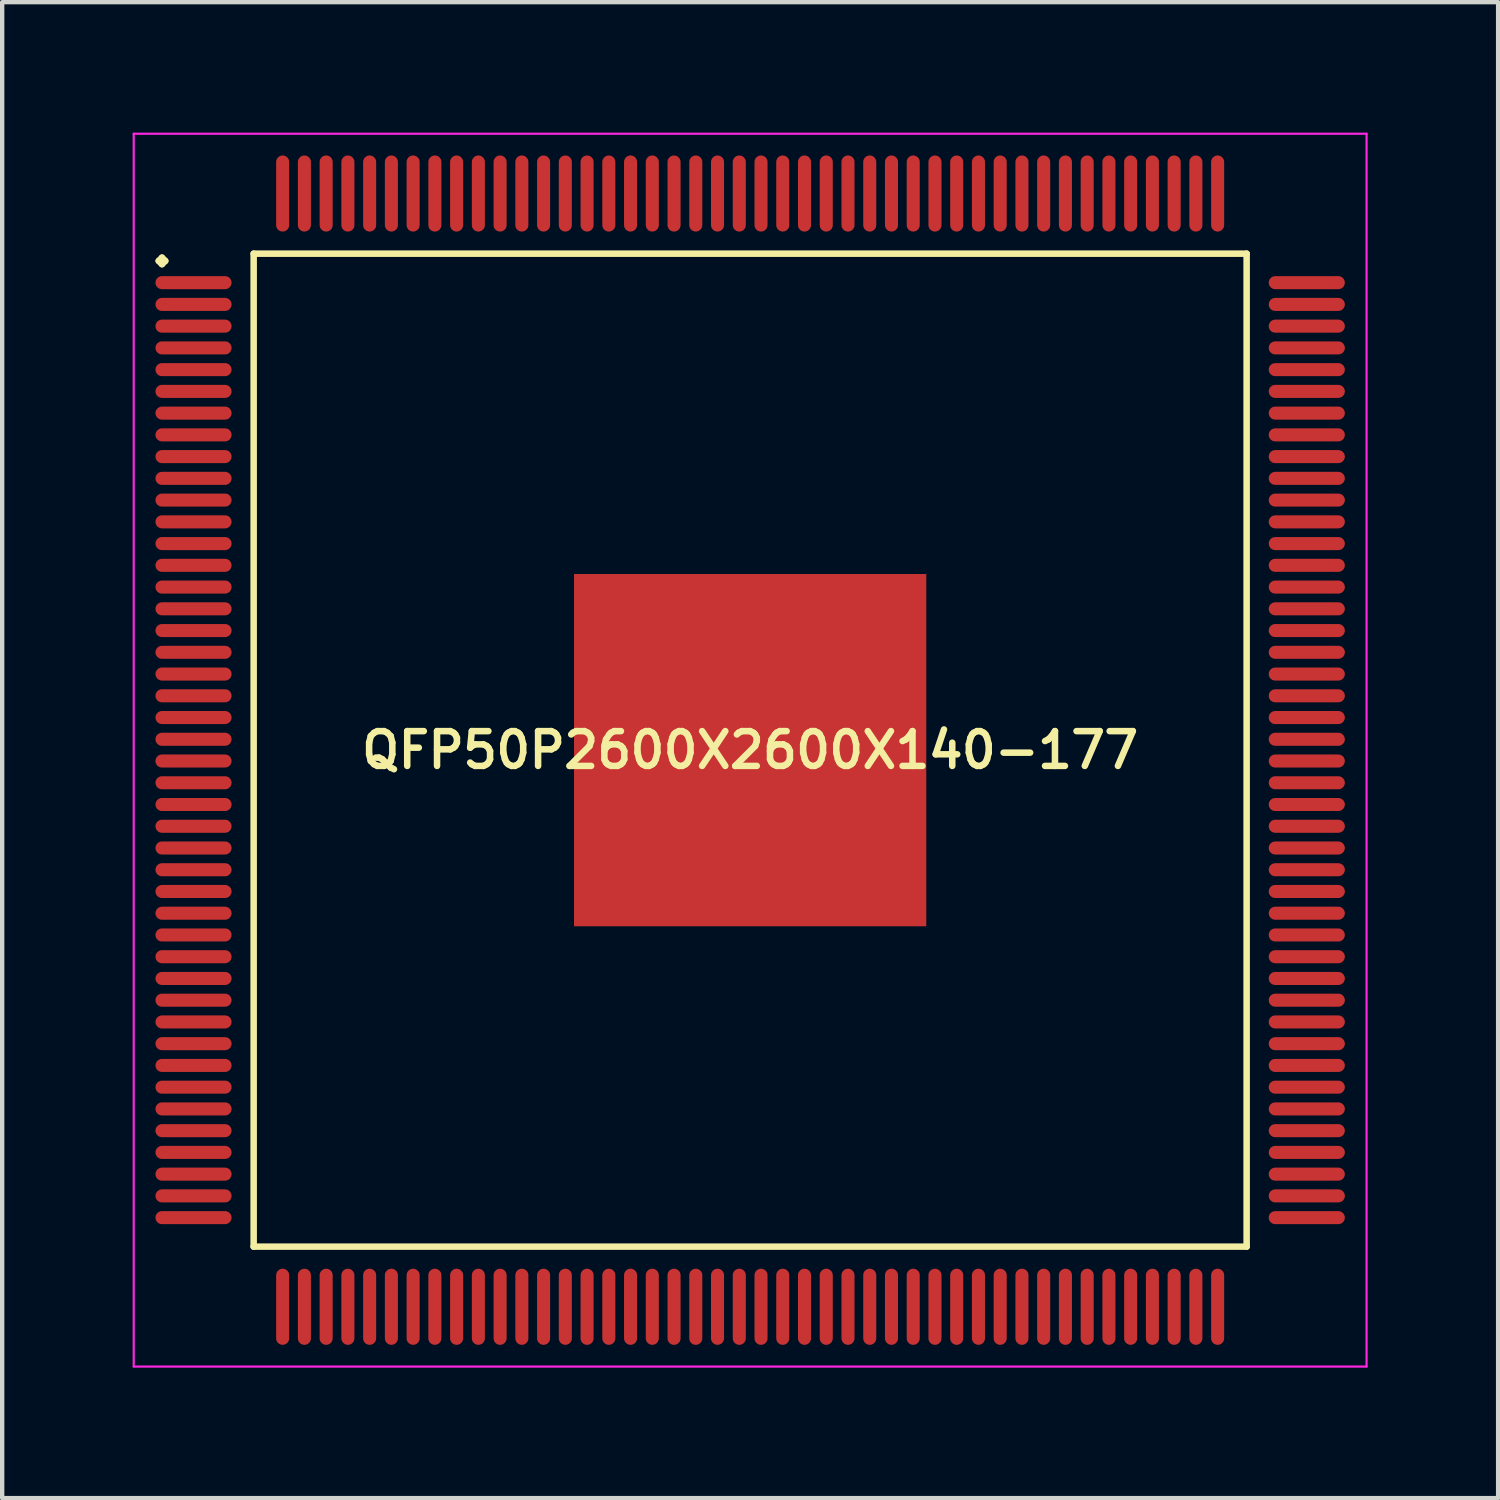
<source format=kicad_pcb>
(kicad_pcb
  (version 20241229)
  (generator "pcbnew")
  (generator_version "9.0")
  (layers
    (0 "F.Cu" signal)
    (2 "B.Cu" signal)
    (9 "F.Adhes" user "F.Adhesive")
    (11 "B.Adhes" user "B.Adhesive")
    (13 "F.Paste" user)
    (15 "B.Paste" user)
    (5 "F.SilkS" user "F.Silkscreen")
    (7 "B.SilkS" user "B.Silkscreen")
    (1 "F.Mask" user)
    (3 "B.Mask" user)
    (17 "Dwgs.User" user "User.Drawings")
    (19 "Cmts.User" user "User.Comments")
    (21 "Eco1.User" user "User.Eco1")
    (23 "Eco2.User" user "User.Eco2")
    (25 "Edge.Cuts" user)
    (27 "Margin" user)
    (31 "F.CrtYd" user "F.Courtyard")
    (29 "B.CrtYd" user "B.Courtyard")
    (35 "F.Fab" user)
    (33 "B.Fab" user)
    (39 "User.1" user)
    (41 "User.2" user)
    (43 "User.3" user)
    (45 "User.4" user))
  (footprint "QFP50P2600X2600X140-177"
    (layer "F.Cu")
    (at 14.2 14.2)
    (property "Reference" "QFP50P2600X2600X140-177" (at 0 0 0) (layer "F.SilkS") (effects (font (size 0.8 0.8) (thickness 0.15))))
    (attr smd)
    (fp_line (start -13.6 -11.25) (end -13.525 -11.325) (stroke (width 0.15) (type solid)) (layer "F.SilkS"))
    (fp_line (start -13.525 -11.325) (end -13.45 -11.25) (stroke (width 0.15) (type solid)) (layer "F.SilkS"))
    (fp_line (start -13.525 -11.175) (end -13.6 -11.25) (stroke (width 0.15) (type solid)) (layer "F.SilkS"))
    (fp_line (start -13.45 -11.25) (end -13.525 -11.175) (stroke (width 0.15) (type solid)) (layer "F.SilkS"))
    (fp_line (start -11.417 -11.417) (end -11.417 11.417) (stroke (width 0.15) (type solid)) (layer "F.SilkS"))
    (fp_line (start -11.417 11.417) (end 11.417 11.417) (stroke (width 0.15) (type solid)) (layer "F.SilkS"))
    (fp_line (start 11.417 -11.417) (end -11.417 -11.417) (stroke (width 0.15) (type solid)) (layer "F.SilkS"))
    (fp_line (start 11.417 11.417) (end 11.417 -11.417) (stroke (width 0.15) (type solid)) (layer "F.SilkS"))
    (fp_line (start -14.175 -14.175) (end 14.175 -14.175) (stroke (width 0.05) (type solid)) (layer "F.CrtYd"))
    (fp_line (start -14.175 14.175) (end -14.175 -14.175) (stroke (width 0.05) (type solid)) (layer "F.CrtYd"))
    (fp_line (start 14.175 -14.175) (end 14.175 14.175) (stroke (width 0.05) (type solid)) (layer "F.CrtYd"))
    (fp_line (start 14.175 14.175) (end -14.175 14.175) (stroke (width 0.05) (type solid)) (layer "F.CrtYd"))
    (pad "1" smd oval (at -12.8 -10.75) (size 1.75 0.3) (layers "F.Cu" "F.Mask" "F.Paste"))
    (pad "2" smd oval (at -12.8 -10.25) (size 1.75 0.3) (layers "F.Cu" "F.Mask" "F.Paste"))
    (pad "3" smd oval (at -12.8 -9.75) (size 1.75 0.3) (layers "F.Cu" "F.Mask" "F.Paste"))
    (pad "4" smd oval (at -12.8 -9.25) (size 1.75 0.3) (layers "F.Cu" "F.Mask" "F.Paste"))
    (pad "5" smd oval (at -12.8 -8.75) (size 1.75 0.3) (layers "F.Cu" "F.Mask" "F.Paste"))
    (pad "6" smd oval (at -12.8 -8.25) (size 1.75 0.3) (layers "F.Cu" "F.Mask" "F.Paste"))
    (pad "7" smd oval (at -12.8 -7.75) (size 1.75 0.3) (layers "F.Cu" "F.Mask" "F.Paste"))
    (pad "8" smd oval (at -12.8 -7.25) (size 1.75 0.3) (layers "F.Cu" "F.Mask" "F.Paste"))
    (pad "9" smd oval (at -12.8 -6.75) (size 1.75 0.3) (layers "F.Cu" "F.Mask" "F.Paste"))
    (pad "10" smd oval (at -12.8 -6.25) (size 1.75 0.3) (layers "F.Cu" "F.Mask" "F.Paste"))
    (pad "11" smd oval (at -12.8 -5.75) (size 1.75 0.3) (layers "F.Cu" "F.Mask" "F.Paste"))
    (pad "12" smd oval (at -12.8 -5.25) (size 1.75 0.3) (layers "F.Cu" "F.Mask" "F.Paste"))
    (pad "13" smd oval (at -12.8 -4.75) (size 1.75 0.3) (layers "F.Cu" "F.Mask" "F.Paste"))
    (pad "14" smd oval (at -12.8 -4.25) (size 1.75 0.3) (layers "F.Cu" "F.Mask" "F.Paste"))
    (pad "15" smd oval (at -12.8 -3.75) (size 1.75 0.3) (layers "F.Cu" "F.Mask" "F.Paste"))
    (pad "16" smd oval (at -12.8 -3.25) (size 1.75 0.3) (layers "F.Cu" "F.Mask" "F.Paste"))
    (pad "17" smd oval (at -12.8 -2.75) (size 1.75 0.3) (layers "F.Cu" "F.Mask" "F.Paste"))
    (pad "18" smd oval (at -12.8 -2.25) (size 1.75 0.3) (layers "F.Cu" "F.Mask" "F.Paste"))
    (pad "19" smd oval (at -12.8 -1.75) (size 1.75 0.3) (layers "F.Cu" "F.Mask" "F.Paste"))
    (pad "20" smd oval (at -12.8 -1.25) (size 1.75 0.3) (layers "F.Cu" "F.Mask" "F.Paste"))
    (pad "21" smd oval (at -12.8 -0.75) (size 1.75 0.3) (layers "F.Cu" "F.Mask" "F.Paste"))
    (pad "22" smd oval (at -12.8 -0.25) (size 1.75 0.3) (layers "F.Cu" "F.Mask" "F.Paste"))
    (pad "23" smd oval (at -12.8 0.25) (size 1.75 0.3) (layers "F.Cu" "F.Mask" "F.Paste"))
    (pad "24" smd oval (at -12.8 0.75) (size 1.75 0.3) (layers "F.Cu" "F.Mask" "F.Paste"))
    (pad "25" smd oval (at -12.8 1.25) (size 1.75 0.3) (layers "F.Cu" "F.Mask" "F.Paste"))
    (pad "26" smd oval (at -12.8 1.75) (size 1.75 0.3) (layers "F.Cu" "F.Mask" "F.Paste"))
    (pad "27" smd oval (at -12.8 2.25) (size 1.75 0.3) (layers "F.Cu" "F.Mask" "F.Paste"))
    (pad "28" smd oval (at -12.8 2.75) (size 1.75 0.3) (layers "F.Cu" "F.Mask" "F.Paste"))
    (pad "29" smd oval (at -12.8 3.25) (size 1.75 0.3) (layers "F.Cu" "F.Mask" "F.Paste"))
    (pad "30" smd oval (at -12.8 3.75) (size 1.75 0.3) (layers "F.Cu" "F.Mask" "F.Paste"))
    (pad "31" smd oval (at -12.8 4.25) (size 1.75 0.3) (layers "F.Cu" "F.Mask" "F.Paste"))
    (pad "32" smd oval (at -12.8 4.75) (size 1.75 0.3) (layers "F.Cu" "F.Mask" "F.Paste"))
    (pad "33" smd oval (at -12.8 5.25) (size 1.75 0.3) (layers "F.Cu" "F.Mask" "F.Paste"))
    (pad "34" smd oval (at -12.8 5.75) (size 1.75 0.3) (layers "F.Cu" "F.Mask" "F.Paste"))
    (pad "35" smd oval (at -12.8 6.25) (size 1.75 0.3) (layers "F.Cu" "F.Mask" "F.Paste"))
    (pad "36" smd oval (at -12.8 6.75) (size 1.75 0.3) (layers "F.Cu" "F.Mask" "F.Paste"))
    (pad "37" smd oval (at -12.8 7.25) (size 1.75 0.3) (layers "F.Cu" "F.Mask" "F.Paste"))
    (pad "38" smd oval (at -12.8 7.75) (size 1.75 0.3) (layers "F.Cu" "F.Mask" "F.Paste"))
    (pad "39" smd oval (at -12.8 8.25) (size 1.75 0.3) (layers "F.Cu" "F.Mask" "F.Paste"))
    (pad "40" smd oval (at -12.8 8.75) (size 1.75 0.3) (layers "F.Cu" "F.Mask" "F.Paste"))
    (pad "41" smd oval (at -12.8 9.25) (size 1.75 0.3) (layers "F.Cu" "F.Mask" "F.Paste"))
    (pad "42" smd oval (at -12.8 9.75) (size 1.75 0.3) (layers "F.Cu" "F.Mask" "F.Paste"))
    (pad "43" smd oval (at -12.8 10.25) (size 1.75 0.3) (layers "F.Cu" "F.Mask" "F.Paste"))
    (pad "44" smd oval (at -12.8 10.75) (size 1.75 0.3) (layers "F.Cu" "F.Mask" "F.Paste"))
    (pad "45" smd oval (at -10.75 12.8) (size 0.3 1.75) (layers "F.Cu" "F.Mask" "F.Paste"))
    (pad "46" smd oval (at -10.25 12.8) (size 0.3 1.75) (layers "F.Cu" "F.Mask" "F.Paste"))
    (pad "47" smd oval (at -9.75 12.8) (size 0.3 1.75) (layers "F.Cu" "F.Mask" "F.Paste"))
    (pad "48" smd oval (at -9.25 12.8) (size 0.3 1.75) (layers "F.Cu" "F.Mask" "F.Paste"))
    (pad "49" smd oval (at -8.75 12.8) (size 0.3 1.75) (layers "F.Cu" "F.Mask" "F.Paste"))
    (pad "50" smd oval (at -8.25 12.8) (size 0.3 1.75) (layers "F.Cu" "F.Mask" "F.Paste"))
    (pad "51" smd oval (at -7.75 12.8) (size 0.3 1.75) (layers "F.Cu" "F.Mask" "F.Paste"))
    (pad "52" smd oval (at -7.25 12.8) (size 0.3 1.75) (layers "F.Cu" "F.Mask" "F.Paste"))
    (pad "53" smd oval (at -6.75 12.8) (size 0.3 1.75) (layers "F.Cu" "F.Mask" "F.Paste"))
    (pad "54" smd oval (at -6.25 12.8) (size 0.3 1.75) (layers "F.Cu" "F.Mask" "F.Paste"))
    (pad "55" smd oval (at -5.75 12.8) (size 0.3 1.75) (layers "F.Cu" "F.Mask" "F.Paste"))
    (pad "56" smd oval (at -5.25 12.8) (size 0.3 1.75) (layers "F.Cu" "F.Mask" "F.Paste"))
    (pad "57" smd oval (at -4.75 12.8) (size 0.3 1.75) (layers "F.Cu" "F.Mask" "F.Paste"))
    (pad "58" smd oval (at -4.25 12.8) (size 0.3 1.75) (layers "F.Cu" "F.Mask" "F.Paste"))
    (pad "59" smd oval (at -3.75 12.8) (size 0.3 1.75) (layers "F.Cu" "F.Mask" "F.Paste"))
    (pad "60" smd oval (at -3.25 12.8) (size 0.3 1.75) (layers "F.Cu" "F.Mask" "F.Paste"))
    (pad "61" smd oval (at -2.75 12.8) (size 0.3 1.75) (layers "F.Cu" "F.Mask" "F.Paste"))
    (pad "62" smd oval (at -2.25 12.8) (size 0.3 1.75) (layers "F.Cu" "F.Mask" "F.Paste"))
    (pad "63" smd oval (at -1.75 12.8) (size 0.3 1.75) (layers "F.Cu" "F.Mask" "F.Paste"))
    (pad "64" smd oval (at -1.25 12.8) (size 0.3 1.75) (layers "F.Cu" "F.Mask" "F.Paste"))
    (pad "65" smd oval (at -0.75 12.8) (size 0.3 1.75) (layers "F.Cu" "F.Mask" "F.Paste"))
    (pad "66" smd oval (at -0.25 12.8) (size 0.3 1.75) (layers "F.Cu" "F.Mask" "F.Paste"))
    (pad "67" smd oval (at 0.25 12.8) (size 0.3 1.75) (layers "F.Cu" "F.Mask" "F.Paste"))
    (pad "68" smd oval (at 0.75 12.8) (size 0.3 1.75) (layers "F.Cu" "F.Mask" "F.Paste"))
    (pad "69" smd oval (at 1.25 12.8) (size 0.3 1.75) (layers "F.Cu" "F.Mask" "F.Paste"))
    (pad "70" smd oval (at 1.75 12.8) (size 0.3 1.75) (layers "F.Cu" "F.Mask" "F.Paste"))
    (pad "71" smd oval (at 2.25 12.8) (size 0.3 1.75) (layers "F.Cu" "F.Mask" "F.Paste"))
    (pad "72" smd oval (at 2.75 12.8) (size 0.3 1.75) (layers "F.Cu" "F.Mask" "F.Paste"))
    (pad "73" smd oval (at 3.25 12.8) (size 0.3 1.75) (layers "F.Cu" "F.Mask" "F.Paste"))
    (pad "74" smd oval (at 3.75 12.8) (size 0.3 1.75) (layers "F.Cu" "F.Mask" "F.Paste"))
    (pad "75" smd oval (at 4.25 12.8) (size 0.3 1.75) (layers "F.Cu" "F.Mask" "F.Paste"))
    (pad "76" smd oval (at 4.75 12.8) (size 0.3 1.75) (layers "F.Cu" "F.Mask" "F.Paste"))
    (pad "77" smd oval (at 5.25 12.8) (size 0.3 1.75) (layers "F.Cu" "F.Mask" "F.Paste"))
    (pad "78" smd oval (at 5.75 12.8) (size 0.3 1.75) (layers "F.Cu" "F.Mask" "F.Paste"))
    (pad "79" smd oval (at 6.25 12.8) (size 0.3 1.75) (layers "F.Cu" "F.Mask" "F.Paste"))
    (pad "80" smd oval (at 6.75 12.8) (size 0.3 1.75) (layers "F.Cu" "F.Mask" "F.Paste"))
    (pad "81" smd oval (at 7.25 12.8) (size 0.3 1.75) (layers "F.Cu" "F.Mask" "F.Paste"))
    (pad "82" smd oval (at 7.75 12.8) (size 0.3 1.75) (layers "F.Cu" "F.Mask" "F.Paste"))
    (pad "83" smd oval (at 8.25 12.8) (size 0.3 1.75) (layers "F.Cu" "F.Mask" "F.Paste"))
    (pad "84" smd oval (at 8.75 12.8) (size 0.3 1.75) (layers "F.Cu" "F.Mask" "F.Paste"))
    (pad "85" smd oval (at 9.25 12.8) (size 0.3 1.75) (layers "F.Cu" "F.Mask" "F.Paste"))
    (pad "86" smd oval (at 9.75 12.8) (size 0.3 1.75) (layers "F.Cu" "F.Mask" "F.Paste"))
    (pad "87" smd oval (at 10.25 12.8) (size 0.3 1.75) (layers "F.Cu" "F.Mask" "F.Paste"))
    (pad "88" smd oval (at 10.75 12.8) (size 0.3 1.75) (layers "F.Cu" "F.Mask" "F.Paste"))
    (pad "89" smd oval (at 12.8 10.75) (size 1.75 0.3) (layers "F.Cu" "F.Mask" "F.Paste"))
    (pad "90" smd oval (at 12.8 10.25) (size 1.75 0.3) (layers "F.Cu" "F.Mask" "F.Paste"))
    (pad "91" smd oval (at 12.8 9.75) (size 1.75 0.3) (layers "F.Cu" "F.Mask" "F.Paste"))
    (pad "92" smd oval (at 12.8 9.25) (size 1.75 0.3) (layers "F.Cu" "F.Mask" "F.Paste"))
    (pad "93" smd oval (at 12.8 8.75) (size 1.75 0.3) (layers "F.Cu" "F.Mask" "F.Paste"))
    (pad "94" smd oval (at 12.8 8.25) (size 1.75 0.3) (layers "F.Cu" "F.Mask" "F.Paste"))
    (pad "95" smd oval (at 12.8 7.75) (size 1.75 0.3) (layers "F.Cu" "F.Mask" "F.Paste"))
    (pad "96" smd oval (at 12.8 7.25) (size 1.75 0.3) (layers "F.Cu" "F.Mask" "F.Paste"))
    (pad "97" smd oval (at 12.8 6.75) (size 1.75 0.3) (layers "F.Cu" "F.Mask" "F.Paste"))
    (pad "98" smd oval (at 12.8 6.25) (size 1.75 0.3) (layers "F.Cu" "F.Mask" "F.Paste"))
    (pad "99" smd oval (at 12.8 5.75) (size 1.75 0.3) (layers "F.Cu" "F.Mask" "F.Paste"))
    (pad "100" smd oval (at 12.8 5.25) (size 1.75 0.3) (layers "F.Cu" "F.Mask" "F.Paste"))
    (pad "101" smd oval (at 12.8 4.75) (size 1.75 0.3) (layers "F.Cu" "F.Mask" "F.Paste"))
    (pad "102" smd oval (at 12.8 4.25) (size 1.75 0.3) (layers "F.Cu" "F.Mask" "F.Paste"))
    (pad "103" smd oval (at 12.8 3.75) (size 1.75 0.3) (layers "F.Cu" "F.Mask" "F.Paste"))
    (pad "104" smd oval (at 12.8 3.25) (size 1.75 0.3) (layers "F.Cu" "F.Mask" "F.Paste"))
    (pad "105" smd oval (at 12.8 2.75) (size 1.75 0.3) (layers "F.Cu" "F.Mask" "F.Paste"))
    (pad "106" smd oval (at 12.8 2.25) (size 1.75 0.3) (layers "F.Cu" "F.Mask" "F.Paste"))
    (pad "107" smd oval (at 12.8 1.75) (size 1.75 0.3) (layers "F.Cu" "F.Mask" "F.Paste"))
    (pad "108" smd oval (at 12.8 1.25) (size 1.75 0.3) (layers "F.Cu" "F.Mask" "F.Paste"))
    (pad "109" smd oval (at 12.8 0.75) (size 1.75 0.3) (layers "F.Cu" "F.Mask" "F.Paste"))
    (pad "110" smd oval (at 12.8 0.25) (size 1.75 0.3) (layers "F.Cu" "F.Mask" "F.Paste"))
    (pad "111" smd oval (at 12.8 -0.25) (size 1.75 0.3) (layers "F.Cu" "F.Mask" "F.Paste"))
    (pad "112" smd oval (at 12.8 -0.75) (size 1.75 0.3) (layers "F.Cu" "F.Mask" "F.Paste"))
    (pad "113" smd oval (at 12.8 -1.25) (size 1.75 0.3) (layers "F.Cu" "F.Mask" "F.Paste"))
    (pad "114" smd oval (at 12.8 -1.75) (size 1.75 0.3) (layers "F.Cu" "F.Mask" "F.Paste"))
    (pad "115" smd oval (at 12.8 -2.25) (size 1.75 0.3) (layers "F.Cu" "F.Mask" "F.Paste"))
    (pad "116" smd oval (at 12.8 -2.75) (size 1.75 0.3) (layers "F.Cu" "F.Mask" "F.Paste"))
    (pad "117" smd oval (at 12.8 -3.25) (size 1.75 0.3) (layers "F.Cu" "F.Mask" "F.Paste"))
    (pad "118" smd oval (at 12.8 -3.75) (size 1.75 0.3) (layers "F.Cu" "F.Mask" "F.Paste"))
    (pad "119" smd oval (at 12.8 -4.25) (size 1.75 0.3) (layers "F.Cu" "F.Mask" "F.Paste"))
    (pad "120" smd oval (at 12.8 -4.75) (size 1.75 0.3) (layers "F.Cu" "F.Mask" "F.Paste"))
    (pad "121" smd oval (at 12.8 -5.25) (size 1.75 0.3) (layers "F.Cu" "F.Mask" "F.Paste"))
    (pad "122" smd oval (at 12.8 -5.75) (size 1.75 0.3) (layers "F.Cu" "F.Mask" "F.Paste"))
    (pad "123" smd oval (at 12.8 -6.25) (size 1.75 0.3) (layers "F.Cu" "F.Mask" "F.Paste"))
    (pad "124" smd oval (at 12.8 -6.75) (size 1.75 0.3) (layers "F.Cu" "F.Mask" "F.Paste"))
    (pad "125" smd oval (at 12.8 -7.25) (size 1.75 0.3) (layers "F.Cu" "F.Mask" "F.Paste"))
    (pad "126" smd oval (at 12.8 -7.75) (size 1.75 0.3) (layers "F.Cu" "F.Mask" "F.Paste"))
    (pad "127" smd oval (at 12.8 -8.25) (size 1.75 0.3) (layers "F.Cu" "F.Mask" "F.Paste"))
    (pad "128" smd oval (at 12.8 -8.75) (size 1.75 0.3) (layers "F.Cu" "F.Mask" "F.Paste"))
    (pad "129" smd oval (at 12.8 -9.25) (size 1.75 0.3) (layers "F.Cu" "F.Mask" "F.Paste"))
    (pad "130" smd oval (at 12.8 -9.75) (size 1.75 0.3) (layers "F.Cu" "F.Mask" "F.Paste"))
    (pad "131" smd oval (at 12.8 -10.25) (size 1.75 0.3) (layers "F.Cu" "F.Mask" "F.Paste"))
    (pad "132" smd oval (at 12.8 -10.75) (size 1.75 0.3) (layers "F.Cu" "F.Mask" "F.Paste"))
    (pad "133" smd oval (at 10.75 -12.8) (size 0.3 1.75) (layers "F.Cu" "F.Mask" "F.Paste"))
    (pad "134" smd oval (at 10.25 -12.8) (size 0.3 1.75) (layers "F.Cu" "F.Mask" "F.Paste"))
    (pad "135" smd oval (at 9.75 -12.8) (size 0.3 1.75) (layers "F.Cu" "F.Mask" "F.Paste"))
    (pad "136" smd oval (at 9.25 -12.8) (size 0.3 1.75) (layers "F.Cu" "F.Mask" "F.Paste"))
    (pad "137" smd oval (at 8.75 -12.8) (size 0.3 1.75) (layers "F.Cu" "F.Mask" "F.Paste"))
    (pad "138" smd oval (at 8.25 -12.8) (size 0.3 1.75) (layers "F.Cu" "F.Mask" "F.Paste"))
    (pad "139" smd oval (at 7.75 -12.8) (size 0.3 1.75) (layers "F.Cu" "F.Mask" "F.Paste"))
    (pad "140" smd oval (at 7.25 -12.8) (size 0.3 1.75) (layers "F.Cu" "F.Mask" "F.Paste"))
    (pad "141" smd oval (at 6.75 -12.8) (size 0.3 1.75) (layers "F.Cu" "F.Mask" "F.Paste"))
    (pad "142" smd oval (at 6.25 -12.8) (size 0.3 1.75) (layers "F.Cu" "F.Mask" "F.Paste"))
    (pad "143" smd oval (at 5.75 -12.8) (size 0.3 1.75) (layers "F.Cu" "F.Mask" "F.Paste"))
    (pad "144" smd oval (at 5.25 -12.8) (size 0.3 1.75) (layers "F.Cu" "F.Mask" "F.Paste"))
    (pad "145" smd oval (at 4.75 -12.8) (size 0.3 1.75) (layers "F.Cu" "F.Mask" "F.Paste"))
    (pad "146" smd oval (at 4.25 -12.8) (size 0.3 1.75) (layers "F.Cu" "F.Mask" "F.Paste"))
    (pad "147" smd oval (at 3.75 -12.8) (size 0.3 1.75) (layers "F.Cu" "F.Mask" "F.Paste"))
    (pad "148" smd oval (at 3.25 -12.8) (size 0.3 1.75) (layers "F.Cu" "F.Mask" "F.Paste"))
    (pad "149" smd oval (at 2.75 -12.8) (size 0.3 1.75) (layers "F.Cu" "F.Mask" "F.Paste"))
    (pad "150" smd oval (at 2.25 -12.8) (size 0.3 1.75) (layers "F.Cu" "F.Mask" "F.Paste"))
    (pad "151" smd oval (at 1.75 -12.8) (size 0.3 1.75) (layers "F.Cu" "F.Mask" "F.Paste"))
    (pad "152" smd oval (at 1.25 -12.8) (size 0.3 1.75) (layers "F.Cu" "F.Mask" "F.Paste"))
    (pad "153" smd oval (at 0.75 -12.8) (size 0.3 1.75) (layers "F.Cu" "F.Mask" "F.Paste"))
    (pad "154" smd oval (at 0.25 -12.8) (size 0.3 1.75) (layers "F.Cu" "F.Mask" "F.Paste"))
    (pad "155" smd oval (at -0.25 -12.8) (size 0.3 1.75) (layers "F.Cu" "F.Mask" "F.Paste"))
    (pad "156" smd oval (at -0.75 -12.8) (size 0.3 1.75) (layers "F.Cu" "F.Mask" "F.Paste"))
    (pad "157" smd oval (at -1.25 -12.8) (size 0.3 1.75) (layers "F.Cu" "F.Mask" "F.Paste"))
    (pad "158" smd oval (at -1.75 -12.8) (size 0.3 1.75) (layers "F.Cu" "F.Mask" "F.Paste"))
    (pad "159" smd oval (at -2.25 -12.8) (size 0.3 1.75) (layers "F.Cu" "F.Mask" "F.Paste"))
    (pad "160" smd oval (at -2.75 -12.8) (size 0.3 1.75) (layers "F.Cu" "F.Mask" "F.Paste"))
    (pad "161" smd oval (at -3.25 -12.8) (size 0.3 1.75) (layers "F.Cu" "F.Mask" "F.Paste"))
    (pad "162" smd oval (at -3.75 -12.8) (size 0.3 1.75) (layers "F.Cu" "F.Mask" "F.Paste"))
    (pad "163" smd oval (at -4.25 -12.8) (size 0.3 1.75) (layers "F.Cu" "F.Mask" "F.Paste"))
    (pad "164" smd oval (at -4.75 -12.8) (size 0.3 1.75) (layers "F.Cu" "F.Mask" "F.Paste"))
    (pad "165" smd oval (at -5.25 -12.8) (size 0.3 1.75) (layers "F.Cu" "F.Mask" "F.Paste"))
    (pad "166" smd oval (at -5.75 -12.8) (size 0.3 1.75) (layers "F.Cu" "F.Mask" "F.Paste"))
    (pad "167" smd oval (at -6.25 -12.8) (size 0.3 1.75) (layers "F.Cu" "F.Mask" "F.Paste"))
    (pad "168" smd oval (at -6.75 -12.8) (size 0.3 1.75) (layers "F.Cu" "F.Mask" "F.Paste"))
    (pad "169" smd oval (at -7.25 -12.8) (size 0.3 1.75) (layers "F.Cu" "F.Mask" "F.Paste"))
    (pad "170" smd oval (at -7.75 -12.8) (size 0.3 1.75) (layers "F.Cu" "F.Mask" "F.Paste"))
    (pad "171" smd oval (at -8.25 -12.8) (size 0.3 1.75) (layers "F.Cu" "F.Mask" "F.Paste"))
    (pad "172" smd oval (at -8.75 -12.8) (size 0.3 1.75) (layers "F.Cu" "F.Mask" "F.Paste"))
    (pad "173" smd oval (at -9.25 -12.8) (size 0.3 1.75) (layers "F.Cu" "F.Mask" "F.Paste"))
    (pad "174" smd oval (at -9.75 -12.8) (size 0.3 1.75) (layers "F.Cu" "F.Mask" "F.Paste"))
    (pad "175" smd oval (at -10.25 -12.8) (size 0.3 1.75) (layers "F.Cu" "F.Mask" "F.Paste"))
    (pad "176" smd oval (at -10.75 -12.8) (size 0.3 1.75) (layers "F.Cu" "F.Mask" "F.Paste"))
    (pad "177" smd rect (at 0 0) (size 8.1 8.1) (layers "F.Cu" "F.Mask" "F.Paste")))
  (gr_rect
    (start -3 -3)
    (end 31.4 31.4)
    (stroke (width 0.1) (type default))
    (fill no)
    (layer "Edge.Cuts")))
</source>
